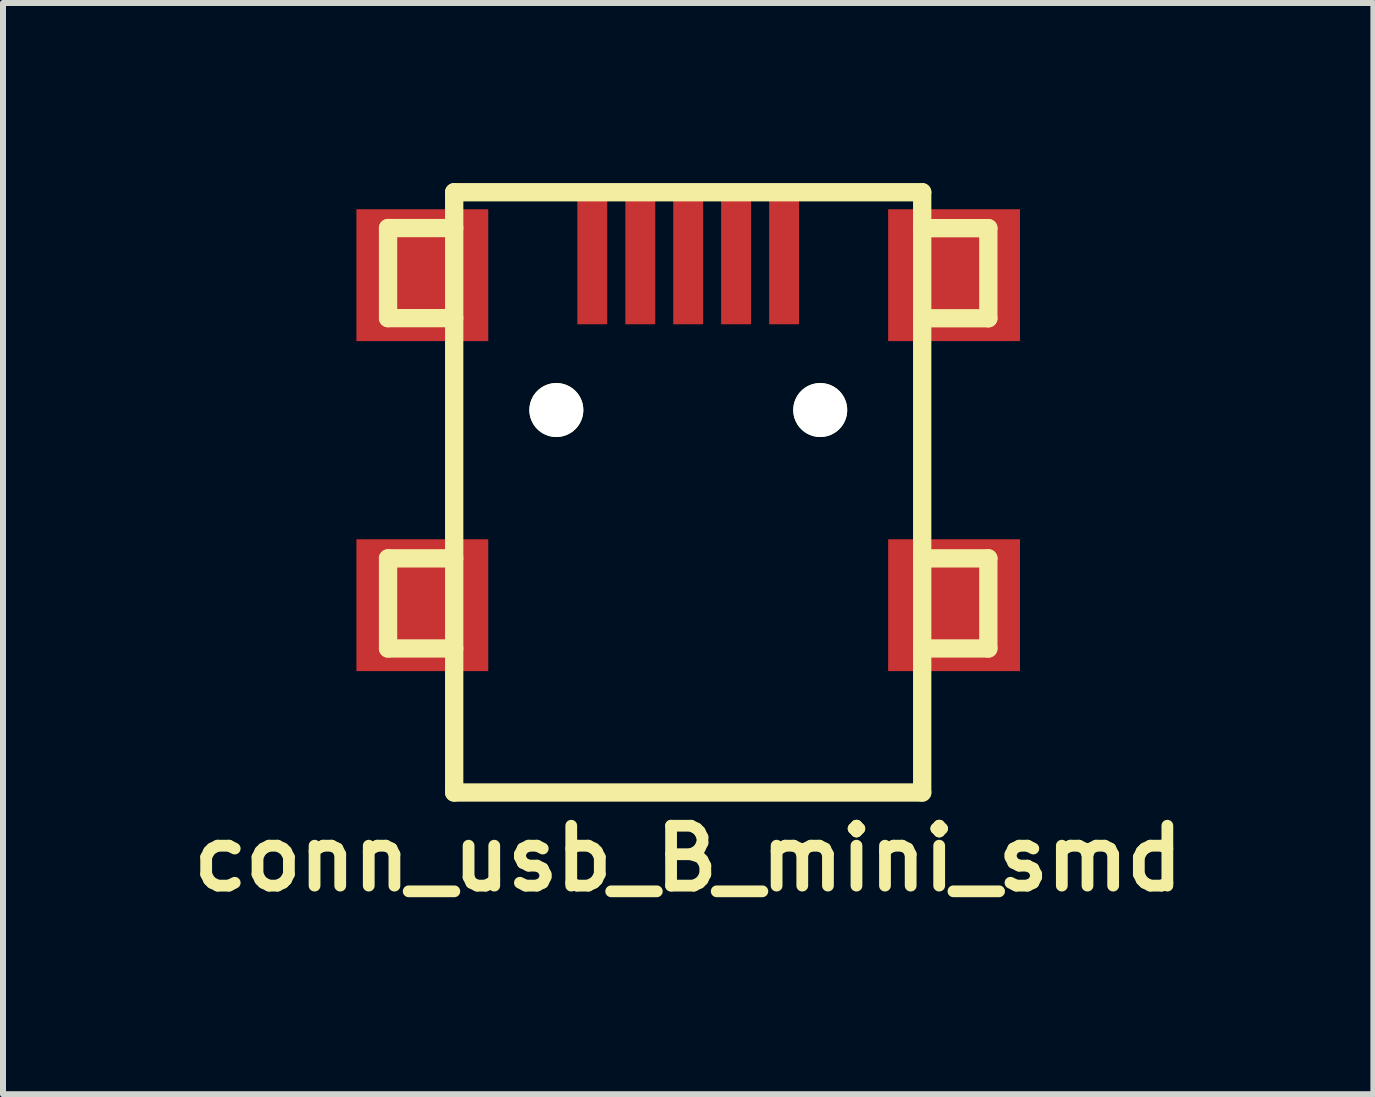
<source format=kicad_pcb>
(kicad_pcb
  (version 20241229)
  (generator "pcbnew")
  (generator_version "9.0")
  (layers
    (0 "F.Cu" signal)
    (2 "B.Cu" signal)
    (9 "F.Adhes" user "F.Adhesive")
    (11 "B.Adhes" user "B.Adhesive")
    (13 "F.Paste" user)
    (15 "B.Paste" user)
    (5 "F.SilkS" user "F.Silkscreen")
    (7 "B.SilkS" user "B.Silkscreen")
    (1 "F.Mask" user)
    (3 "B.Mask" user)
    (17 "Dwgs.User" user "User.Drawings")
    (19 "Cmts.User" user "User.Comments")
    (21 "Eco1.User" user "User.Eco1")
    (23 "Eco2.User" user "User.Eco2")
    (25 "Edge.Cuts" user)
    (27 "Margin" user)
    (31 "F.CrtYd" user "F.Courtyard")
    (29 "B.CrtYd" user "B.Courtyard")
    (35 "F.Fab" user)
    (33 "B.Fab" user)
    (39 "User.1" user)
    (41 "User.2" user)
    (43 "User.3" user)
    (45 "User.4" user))
  (footprint "conn_usb_B_mini_smd"
    (layer "F.Cu")
    (at 8.417 5.154)
    (property "Reference" "conn_usb_B_mini_smd" (at 0 6.101 0) (layer "F.SilkS") (effects (font (size 0.998 0.998) (thickness 0.196))))
    (attr smd)
    (fp_line (start -5.001 -4.404) (end -5.001 -2.903) (stroke (width 0.305) (type solid)) (layer "F.SilkS"))
    (fp_line (start -5.001 -2.903) (end -3.899 -2.903) (stroke (width 0.305) (type solid)) (layer "F.SilkS"))
    (fp_line (start -5.001 1.1) (end -5.001 2.601) (stroke (width 0.305) (type solid)) (layer "F.SilkS"))
    (fp_line (start -5.001 2.601) (end -3.899 2.601) (stroke (width 0.305) (type solid)) (layer "F.SilkS"))
    (fp_line (start -3.899 -5.001) (end -3.899 5.001) (stroke (width 0.305) (type solid)) (layer "F.SilkS"))
    (fp_line (start -3.899 -4.404) (end -5.001 -4.404) (stroke (width 0.305) (type solid)) (layer "F.SilkS"))
    (fp_line (start -3.899 1.1) (end -5.001 1.1) (stroke (width 0.305) (type solid)) (layer "F.SilkS"))
    (fp_line (start -3.899 5.001) (end 3.899 5.001) (stroke (width 0.305) (type solid)) (layer "F.SilkS"))
    (fp_line (start 3.899 -5.001) (end -3.899 -5.001) (stroke (width 0.305) (type solid)) (layer "F.SilkS"))
    (fp_line (start 3.899 -4.402) (end 5.001 -4.402) (stroke (width 0.305) (type solid)) (layer "F.SilkS"))
    (fp_line (start 3.899 1.1) (end 5.001 1.1) (stroke (width 0.305) (type solid)) (layer "F.SilkS"))
    (fp_line (start 3.899 5.001) (end 3.899 -5.001) (stroke (width 0.305) (type solid)) (layer "F.SilkS"))
    (fp_line (start 5.001 -4.402) (end 5.001 -2.901) (stroke (width 0.305) (type solid)) (layer "F.SilkS"))
    (fp_line (start 5.001 -2.901) (end 3.899 -2.901) (stroke (width 0.305) (type solid)) (layer "F.SilkS"))
    (fp_line (start 5.001 1.1) (end 5.001 2.601) (stroke (width 0.305) (type solid)) (layer "F.SilkS"))
    (fp_line (start 5.001 2.601) (end 3.899 2.601) (stroke (width 0.305) (type solid)) (layer "F.SilkS"))
    (pad "" smd rect (at -4.43 -3.619) (size 2.197 2.197) (layers "F.Cu" "F.Mask" "F.Paste"))
    (pad "" smd rect (at -4.43 1.88) (size 2.197 2.197) (layers "F.Cu" "F.Mask" "F.Paste"))
    (pad "" np_thru_hole circle (at -2.197 -1.372) (size 0.899 0.899) (drill 0.899) (layers "*.Cu" "*.Mask" "F.SilkS"))
    (pad "" np_thru_hole circle (at 2.2 -1.372) (size 0.899 0.899) (drill 0.899) (layers "*.Cu" "*.Mask" "F.SilkS"))
    (pad "" smd rect (at 4.43 -3.619) (size 2.197 2.197) (layers "F.Cu" "F.Mask" "F.Paste"))
    (pad "" smd rect (at 4.43 1.88) (size 2.197 2.197) (layers "F.Cu" "F.Mask" "F.Paste"))
    (pad "1" smd rect (at -1.598 -3.899) (size 0.498 2.197) (layers "F.Cu" "F.Mask" "F.Paste"))
    (pad "2" smd rect (at -0.798 -3.899) (size 0.498 2.197) (layers "F.Cu" "F.Mask" "F.Paste"))
    (pad "3" smd rect (at 0 -3.899) (size 0.498 2.197) (layers "F.Cu" "F.Mask" "F.Paste"))
    (pad "4" smd rect (at 0.798 -3.899) (size 0.498 2.197) (layers "F.Cu" "F.Mask" "F.Paste"))
    (pad "5" smd rect (at 1.598 -3.899) (size 0.498 2.197) (layers "F.Cu" "F.Mask" "F.Paste")))
  (gr_rect
    (start -3 -3)
    (end 19.834 15.182)
    (stroke (width 0.1) (type default))
    (fill no)
    (layer "Edge.Cuts")))
</source>
